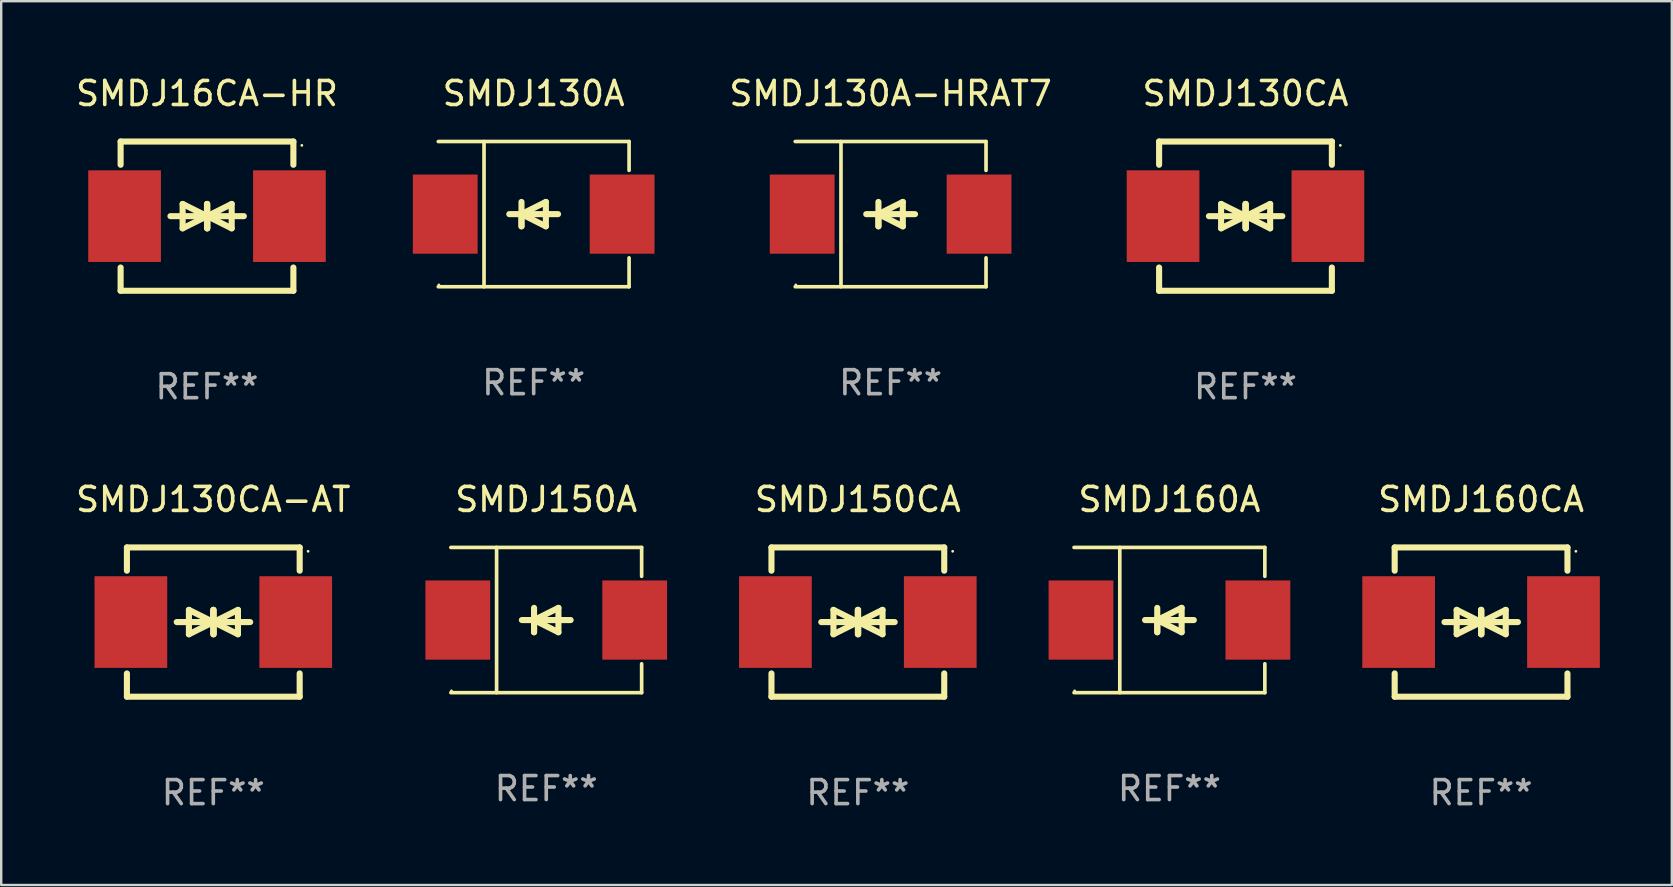
<source format=kicad_pcb>
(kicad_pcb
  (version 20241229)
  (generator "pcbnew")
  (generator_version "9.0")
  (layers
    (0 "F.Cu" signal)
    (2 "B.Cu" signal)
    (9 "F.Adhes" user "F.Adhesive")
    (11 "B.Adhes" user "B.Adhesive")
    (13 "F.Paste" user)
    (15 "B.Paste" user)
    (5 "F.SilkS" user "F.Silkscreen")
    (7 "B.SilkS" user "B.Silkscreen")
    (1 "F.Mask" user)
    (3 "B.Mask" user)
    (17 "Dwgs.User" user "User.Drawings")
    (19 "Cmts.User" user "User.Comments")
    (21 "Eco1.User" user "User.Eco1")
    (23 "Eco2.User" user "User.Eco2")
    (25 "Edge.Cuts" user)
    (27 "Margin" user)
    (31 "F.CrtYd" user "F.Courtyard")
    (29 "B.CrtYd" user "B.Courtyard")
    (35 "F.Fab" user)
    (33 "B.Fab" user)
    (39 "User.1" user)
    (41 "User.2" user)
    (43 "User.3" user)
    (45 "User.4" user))
  (footprint "SMDJ130CA-AT"
    (layer "F.Cu")
    (at 5.839 22.875)
    (property "Reference" "SMDJ130CA-AT" (at 0 -5.11 0) (layer "F.SilkS") (effects (font (size 1 1) (thickness 0.15))))
    (attr through_hole)
    (fp_line (start -3.6 -2.141) (end -3.6 -3.11) (stroke (width 0.254) (type solid)) (layer "F.SilkS"))
    (fp_line (start -3.6 3.11) (end -3.6 2.141) (stroke (width 0.254) (type solid)) (layer "F.SilkS"))
    (fp_line (start -1.524 0) (end 0.508 0) (stroke (width 0.254) (type solid)) (layer "F.SilkS"))
    (fp_line (start -1.016 -0.508) (end -1.016 0.508) (stroke (width 0.254) (type solid)) (layer "F.SilkS"))
    (fp_line (start -1.016 0.508) (end 0 0) (stroke (width 0.254) (type solid)) (layer "F.SilkS"))
    (fp_line (start 0 -0.508) (end 0 0.508) (stroke (width 0.254) (type solid)) (layer "F.SilkS"))
    (fp_line (start 0 0) (end -1.016 -0.508) (stroke (width 0.254) (type solid)) (layer "F.SilkS"))
    (fp_line (start 0 0) (end 0 -0.508) (stroke (width 0.254) (type solid)) (layer "F.SilkS"))
    (fp_line (start 0.012 0) (end 0.012 0.508) (stroke (width 0.254) (type solid)) (layer "F.SilkS"))
    (fp_line (start 0.012 0) (end 1.028 0.508) (stroke (width 0.254) (type solid)) (layer "F.SilkS"))
    (fp_line (start 0.012 0.508) (end 0.012 -0.508) (stroke (width 0.254) (type solid)) (layer "F.SilkS"))
    (fp_line (start 1.028 -0.508) (end 0.012 0) (stroke (width 0.254) (type solid)) (layer "F.SilkS"))
    (fp_line (start 1.028 0.508) (end 1.028 -0.508) (stroke (width 0.254) (type solid)) (layer "F.SilkS"))
    (fp_line (start 1.536 0) (end -0.496 0) (stroke (width 0.254) (type solid)) (layer "F.SilkS"))
    (fp_line (start 3.6 -3.11) (end -3.6 -3.11) (stroke (width 0.254) (type solid)) (layer "F.SilkS"))
    (fp_line (start 3.6 -2.141) (end 3.6 -3.11) (stroke (width 0.254) (type solid)) (layer "F.SilkS"))
    (fp_line (start 3.6 3.11) (end -3.6 3.11) (stroke (width 0.254) (type solid)) (layer "F.SilkS"))
    (fp_line (start 3.6 3.11) (end 3.6 2.141) (stroke (width 0.254) (type solid)) (layer "F.SilkS"))
    (fp_circle (center 3.952 -2.95) (end 3.982 -2.95) (stroke (width 0.06) (type solid)) (fill no) (layer "F.SilkS"))
    (fp_text user "REF**" (at 0 7.11 0) (layer "F.Fab") (effects (font (size 1 1) (thickness 0.15))))
    (pad "1" smd rect (at 3.435 0) (size 3.03 3.82) (layers "F.Cu" "F.Mask" "F.Paste"))
    (pad "2" smd rect (at -3.435 0) (size 3.03 3.82) (layers "F.Cu" "F.Mask" "F.Paste")))
  (footprint "SMDJ160A"
    (layer "F.Cu")
    (at 45.687 22.791)
    (property "Reference" "SMDJ160A" (at 0 -5.026 0) (layer "F.SilkS") (effects (font (size 1 1) (thickness 0.15))))
    (attr through_hole)
    (fp_line (start -3.976 -3.026) (end 3.976 -3.026) (stroke (width 0.152) (type solid)) (layer "F.SilkS"))
    (fp_line (start -3.976 3.026) (end 3.976 3.026) (stroke (width 0.152) (type solid)) (layer "F.SilkS"))
    (fp_line (start -2.069 -3.026) (end -2.069 3.026) (stroke (width 0.152) (type solid)) (layer "F.SilkS"))
    (fp_line (start -0.508 0) (end -0.508 0.508) (stroke (width 0.254) (type solid)) (layer "F.SilkS"))
    (fp_line (start -0.508 0) (end 0.508 0.508) (stroke (width 0.254) (type solid)) (layer "F.SilkS"))
    (fp_line (start -0.508 0.508) (end -0.508 -0.508) (stroke (width 0.254) (type solid)) (layer "F.SilkS"))
    (fp_line (start 0.508 -0.508) (end -0.508 0) (stroke (width 0.254) (type solid)) (layer "F.SilkS"))
    (fp_line (start 0.508 0.508) (end 0.508 -0.508) (stroke (width 0.254) (type solid)) (layer "F.SilkS"))
    (fp_line (start 1.016 0) (end -1.016 0) (stroke (width 0.254) (type solid)) (layer "F.SilkS"))
    (fp_line (start 3.976 -3.026) (end 3.976 -1.823) (stroke (width 0.152) (type solid)) (layer "F.SilkS"))
    (fp_line (start 3.976 3.026) (end 3.976 1.823) (stroke (width 0.152) (type solid)) (layer "F.SilkS"))
    (fp_circle (center -3.95 2.95) (end -3.92 2.95) (stroke (width 0.06) (type solid)) (fill no) (layer "F.SilkS"))
    (fp_text user "REF**" (at 0 7.026 0) (layer "F.Fab") (effects (font (size 1 1) (thickness 0.15))))
    (pad "1" smd rect (at -3.686 0) (size 2.7 3.3) (layers "F.Cu" "F.Mask" "F.Paste"))
    (pad "2" smd rect (at 3.686 0) (size 2.7 3.3) (layers "F.Cu" "F.Mask" "F.Paste")))
  (footprint "SMDJ130A-HRAT7"
    (layer "F.Cu")
    (at 34.067 5.874)
    (property "Reference" "SMDJ130A-HRAT7" (at 0 -5.026 0) (layer "F.SilkS") (effects (font (size 1 1) (thickness 0.15))))
    (attr through_hole)
    (fp_line (start -3.976 -3.026) (end 3.976 -3.026) (stroke (width 0.152) (type solid)) (layer "F.SilkS"))
    (fp_line (start -3.976 3.026) (end 3.976 3.026) (stroke (width 0.152) (type solid)) (layer "F.SilkS"))
    (fp_line (start -2.069 -3.026) (end -2.069 3.026) (stroke (width 0.152) (type solid)) (layer "F.SilkS"))
    (fp_line (start -0.508 0) (end -0.508 0.508) (stroke (width 0.254) (type solid)) (layer "F.SilkS"))
    (fp_line (start -0.508 0) (end 0.508 0.508) (stroke (width 0.254) (type solid)) (layer "F.SilkS"))
    (fp_line (start -0.508 0.508) (end -0.508 -0.508) (stroke (width 0.254) (type solid)) (layer "F.SilkS"))
    (fp_line (start 0.508 -0.508) (end -0.508 0) (stroke (width 0.254) (type solid)) (layer "F.SilkS"))
    (fp_line (start 0.508 0.508) (end 0.508 -0.508) (stroke (width 0.254) (type solid)) (layer "F.SilkS"))
    (fp_line (start 1.016 0) (end -1.016 0) (stroke (width 0.254) (type solid)) (layer "F.SilkS"))
    (fp_line (start 3.976 -3.026) (end 3.976 -1.823) (stroke (width 0.152) (type solid)) (layer "F.SilkS"))
    (fp_line (start 3.976 3.026) (end 3.976 1.823) (stroke (width 0.152) (type solid)) (layer "F.SilkS"))
    (fp_circle (center -3.95 2.95) (end -3.92 2.95) (stroke (width 0.06) (type solid)) (fill no) (layer "F.SilkS"))
    (fp_text user "REF**" (at 0 7.026 0) (layer "F.Fab") (effects (font (size 1 1) (thickness 0.15))))
    (pad "1" smd rect (at -3.686 0) (size 2.7 3.3) (layers "F.Cu" "F.Mask" "F.Paste"))
    (pad "2" smd rect (at 3.686 0) (size 2.7 3.3) (layers "F.Cu" "F.Mask" "F.Paste")))
  (footprint "SMDJ160CA"
    (layer "F.Cu")
    (at 58.674 22.875)
    (property "Reference" "SMDJ160CA" (at 0 -5.11 0) (layer "F.SilkS") (effects (font (size 1 1) (thickness 0.15))))
    (attr through_hole)
    (fp_line (start -3.6 -2.141) (end -3.6 -3.11) (stroke (width 0.254) (type solid)) (layer "F.SilkS"))
    (fp_line (start -3.6 3.11) (end -3.6 2.141) (stroke (width 0.254) (type solid)) (layer "F.SilkS"))
    (fp_line (start -1.524 0) (end 0.508 0) (stroke (width 0.254) (type solid)) (layer "F.SilkS"))
    (fp_line (start -1.016 -0.508) (end -1.016 0.508) (stroke (width 0.254) (type solid)) (layer "F.SilkS"))
    (fp_line (start -1.016 0.508) (end 0 0) (stroke (width 0.254) (type solid)) (layer "F.SilkS"))
    (fp_line (start 0 -0.508) (end 0 0.508) (stroke (width 0.254) (type solid)) (layer "F.SilkS"))
    (fp_line (start 0 0) (end -1.016 -0.508) (stroke (width 0.254) (type solid)) (layer "F.SilkS"))
    (fp_line (start 0 0) (end 0 -0.508) (stroke (width 0.254) (type solid)) (layer "F.SilkS"))
    (fp_line (start 0.012 0) (end 0.012 0.508) (stroke (width 0.254) (type solid)) (layer "F.SilkS"))
    (fp_line (start 0.012 0) (end 1.028 0.508) (stroke (width 0.254) (type solid)) (layer "F.SilkS"))
    (fp_line (start 0.012 0.508) (end 0.012 -0.508) (stroke (width 0.254) (type solid)) (layer "F.SilkS"))
    (fp_line (start 1.028 -0.508) (end 0.012 0) (stroke (width 0.254) (type solid)) (layer "F.SilkS"))
    (fp_line (start 1.028 0.508) (end 1.028 -0.508) (stroke (width 0.254) (type solid)) (layer "F.SilkS"))
    (fp_line (start 1.536 0) (end -0.496 0) (stroke (width 0.254) (type solid)) (layer "F.SilkS"))
    (fp_line (start 3.6 -3.11) (end -3.6 -3.11) (stroke (width 0.254) (type solid)) (layer "F.SilkS"))
    (fp_line (start 3.6 -2.141) (end 3.6 -3.11) (stroke (width 0.254) (type solid)) (layer "F.SilkS"))
    (fp_line (start 3.6 3.11) (end -3.6 3.11) (stroke (width 0.254) (type solid)) (layer "F.SilkS"))
    (fp_line (start 3.6 3.11) (end 3.6 2.141) (stroke (width 0.254) (type solid)) (layer "F.SilkS"))
    (fp_circle (center 3.952 -2.95) (end 3.982 -2.95) (stroke (width 0.06) (type solid)) (fill no) (layer "F.SilkS"))
    (fp_text user "REF**" (at 0 7.11 0) (layer "F.Fab") (effects (font (size 1 1) (thickness 0.15))))
    (pad "1" smd rect (at 3.435 0) (size 3.03 3.82) (layers "F.Cu" "F.Mask" "F.Paste"))
    (pad "2" smd rect (at -3.435 0) (size 3.03 3.82) (layers "F.Cu" "F.Mask" "F.Paste")))
  (footprint "SMDJ130CA"
    (layer "F.Cu")
    (at 48.856 5.958)
    (property "Reference" "SMDJ130CA" (at 0 -5.11 0) (layer "F.SilkS") (effects (font (size 1 1) (thickness 0.15))))
    (attr through_hole)
    (fp_line (start -3.6 -2.141) (end -3.6 -3.11) (stroke (width 0.254) (type solid)) (layer "F.SilkS"))
    (fp_line (start -3.6 3.11) (end -3.6 2.141) (stroke (width 0.254) (type solid)) (layer "F.SilkS"))
    (fp_line (start -1.524 0) (end 0.508 0) (stroke (width 0.254) (type solid)) (layer "F.SilkS"))
    (fp_line (start -1.016 -0.508) (end -1.016 0.508) (stroke (width 0.254) (type solid)) (layer "F.SilkS"))
    (fp_line (start -1.016 0.508) (end 0 0) (stroke (width 0.254) (type solid)) (layer "F.SilkS"))
    (fp_line (start 0 -0.508) (end 0 0.508) (stroke (width 0.254) (type solid)) (layer "F.SilkS"))
    (fp_line (start 0 0) (end -1.016 -0.508) (stroke (width 0.254) (type solid)) (layer "F.SilkS"))
    (fp_line (start 0 0) (end 0 -0.508) (stroke (width 0.254) (type solid)) (layer "F.SilkS"))
    (fp_line (start 0.012 0) (end 0.012 0.508) (stroke (width 0.254) (type solid)) (layer "F.SilkS"))
    (fp_line (start 0.012 0) (end 1.028 0.508) (stroke (width 0.254) (type solid)) (layer "F.SilkS"))
    (fp_line (start 0.012 0.508) (end 0.012 -0.508) (stroke (width 0.254) (type solid)) (layer "F.SilkS"))
    (fp_line (start 1.028 -0.508) (end 0.012 0) (stroke (width 0.254) (type solid)) (layer "F.SilkS"))
    (fp_line (start 1.028 0.508) (end 1.028 -0.508) (stroke (width 0.254) (type solid)) (layer "F.SilkS"))
    (fp_line (start 1.536 0) (end -0.496 0) (stroke (width 0.254) (type solid)) (layer "F.SilkS"))
    (fp_line (start 3.6 -3.11) (end -3.6 -3.11) (stroke (width 0.254) (type solid)) (layer "F.SilkS"))
    (fp_line (start 3.6 -2.141) (end 3.6 -3.11) (stroke (width 0.254) (type solid)) (layer "F.SilkS"))
    (fp_line (start 3.6 3.11) (end -3.6 3.11) (stroke (width 0.254) (type solid)) (layer "F.SilkS"))
    (fp_line (start 3.6 3.11) (end 3.6 2.141) (stroke (width 0.254) (type solid)) (layer "F.SilkS"))
    (fp_circle (center 3.952 -2.95) (end 3.982 -2.95) (stroke (width 0.06) (type solid)) (fill no) (layer "F.SilkS"))
    (fp_text user "REF**" (at 0 7.11 0) (layer "F.Fab") (effects (font (size 1 1) (thickness 0.15))))
    (pad "1" smd rect (at 3.435 0) (size 3.03 3.82) (layers "F.Cu" "F.Mask" "F.Paste"))
    (pad "2" smd rect (at -3.435 0) (size 3.03 3.82) (layers "F.Cu" "F.Mask" "F.Paste")))
  (footprint "SMDJ16CA-HR"
    (layer "F.Cu")
    (at 5.577 5.958)
    (property "Reference" "SMDJ16CA-HR" (at 0 -5.11 0) (layer "F.SilkS") (effects (font (size 1 1) (thickness 0.15))))
    (attr through_hole)
    (fp_line (start -3.6 -2.141) (end -3.6 -3.11) (stroke (width 0.254) (type solid)) (layer "F.SilkS"))
    (fp_line (start -3.6 3.11) (end -3.6 2.141) (stroke (width 0.254) (type solid)) (layer "F.SilkS"))
    (fp_line (start -1.524 0) (end 0.508 0) (stroke (width 0.254) (type solid)) (layer "F.SilkS"))
    (fp_line (start -1.016 -0.508) (end -1.016 0.508) (stroke (width 0.254) (type solid)) (layer "F.SilkS"))
    (fp_line (start -1.016 0.508) (end 0 0) (stroke (width 0.254) (type solid)) (layer "F.SilkS"))
    (fp_line (start 0 -0.508) (end 0 0.508) (stroke (width 0.254) (type solid)) (layer "F.SilkS"))
    (fp_line (start 0 0) (end -1.016 -0.508) (stroke (width 0.254) (type solid)) (layer "F.SilkS"))
    (fp_line (start 0 0) (end 0 -0.508) (stroke (width 0.254) (type solid)) (layer "F.SilkS"))
    (fp_line (start 0.012 0) (end 0.012 0.508) (stroke (width 0.254) (type solid)) (layer "F.SilkS"))
    (fp_line (start 0.012 0) (end 1.028 0.508) (stroke (width 0.254) (type solid)) (layer "F.SilkS"))
    (fp_line (start 0.012 0.508) (end 0.012 -0.508) (stroke (width 0.254) (type solid)) (layer "F.SilkS"))
    (fp_line (start 1.028 -0.508) (end 0.012 0) (stroke (width 0.254) (type solid)) (layer "F.SilkS"))
    (fp_line (start 1.028 0.508) (end 1.028 -0.508) (stroke (width 0.254) (type solid)) (layer "F.SilkS"))
    (fp_line (start 1.536 0) (end -0.496 0) (stroke (width 0.254) (type solid)) (layer "F.SilkS"))
    (fp_line (start 3.6 -3.11) (end -3.6 -3.11) (stroke (width 0.254) (type solid)) (layer "F.SilkS"))
    (fp_line (start 3.6 -2.141) (end 3.6 -3.11) (stroke (width 0.254) (type solid)) (layer "F.SilkS"))
    (fp_line (start 3.6 3.11) (end -3.6 3.11) (stroke (width 0.254) (type solid)) (layer "F.SilkS"))
    (fp_line (start 3.6 3.11) (end 3.6 2.141) (stroke (width 0.254) (type solid)) (layer "F.SilkS"))
    (fp_circle (center 3.952 -2.95) (end 3.982 -2.95) (stroke (width 0.06) (type solid)) (fill no) (layer "F.SilkS"))
    (fp_text user "REF**" (at 0 7.11 0) (layer "F.Fab") (effects (font (size 1 1) (thickness 0.15))))
    (pad "1" smd rect (at 3.435 0) (size 3.03 3.82) (layers "F.Cu" "F.Mask" "F.Paste"))
    (pad "2" smd rect (at -3.435 0) (size 3.03 3.82) (layers "F.Cu" "F.Mask" "F.Paste")))
  (footprint "SMDJ150A"
    (layer "F.Cu")
    (at 19.715 22.791)
    (property "Reference" "SMDJ150A" (at 0 -5.026 0) (layer "F.SilkS") (effects (font (size 1 1) (thickness 0.15))))
    (attr through_hole)
    (fp_line (start -3.976 -3.026) (end 3.976 -3.026) (stroke (width 0.152) (type solid)) (layer "F.SilkS"))
    (fp_line (start -3.976 3.026) (end 3.976 3.026) (stroke (width 0.152) (type solid)) (layer "F.SilkS"))
    (fp_line (start -2.069 -3.026) (end -2.069 3.026) (stroke (width 0.152) (type solid)) (layer "F.SilkS"))
    (fp_line (start -0.508 0) (end -0.508 0.508) (stroke (width 0.254) (type solid)) (layer "F.SilkS"))
    (fp_line (start -0.508 0) (end 0.508 0.508) (stroke (width 0.254) (type solid)) (layer "F.SilkS"))
    (fp_line (start -0.508 0.508) (end -0.508 -0.508) (stroke (width 0.254) (type solid)) (layer "F.SilkS"))
    (fp_line (start 0.508 -0.508) (end -0.508 0) (stroke (width 0.254) (type solid)) (layer "F.SilkS"))
    (fp_line (start 0.508 0.508) (end 0.508 -0.508) (stroke (width 0.254) (type solid)) (layer "F.SilkS"))
    (fp_line (start 1.016 0) (end -1.016 0) (stroke (width 0.254) (type solid)) (layer "F.SilkS"))
    (fp_line (start 3.976 -3.026) (end 3.976 -1.823) (stroke (width 0.152) (type solid)) (layer "F.SilkS"))
    (fp_line (start 3.976 3.026) (end 3.976 1.823) (stroke (width 0.152) (type solid)) (layer "F.SilkS"))
    (fp_circle (center -3.95 2.95) (end -3.92 2.95) (stroke (width 0.06) (type solid)) (fill no) (layer "F.SilkS"))
    (fp_text user "REF**" (at 0 7.026 0) (layer "F.Fab") (effects (font (size 1 1) (thickness 0.15))))
    (pad "1" smd rect (at -3.686 0) (size 2.7 3.3) (layers "F.Cu" "F.Mask" "F.Paste"))
    (pad "2" smd rect (at 3.686 0) (size 2.7 3.3) (layers "F.Cu" "F.Mask" "F.Paste")))
  (footprint "SMDJ150CA"
    (layer "F.Cu")
    (at 32.701 22.875)
    (property "Reference" "SMDJ150CA" (at 0 -5.11 0) (layer "F.SilkS") (effects (font (size 1 1) (thickness 0.15))))
    (attr through_hole)
    (fp_line (start -3.6 -2.141) (end -3.6 -3.11) (stroke (width 0.254) (type solid)) (layer "F.SilkS"))
    (fp_line (start -3.6 3.11) (end -3.6 2.141) (stroke (width 0.254) (type solid)) (layer "F.SilkS"))
    (fp_line (start -1.524 0) (end 0.508 0) (stroke (width 0.254) (type solid)) (layer "F.SilkS"))
    (fp_line (start -1.016 -0.508) (end -1.016 0.508) (stroke (width 0.254) (type solid)) (layer "F.SilkS"))
    (fp_line (start -1.016 0.508) (end 0 0) (stroke (width 0.254) (type solid)) (layer "F.SilkS"))
    (fp_line (start 0 -0.508) (end 0 0.508) (stroke (width 0.254) (type solid)) (layer "F.SilkS"))
    (fp_line (start 0 0) (end -1.016 -0.508) (stroke (width 0.254) (type solid)) (layer "F.SilkS"))
    (fp_line (start 0 0) (end 0 -0.508) (stroke (width 0.254) (type solid)) (layer "F.SilkS"))
    (fp_line (start 0.012 0) (end 0.012 0.508) (stroke (width 0.254) (type solid)) (layer "F.SilkS"))
    (fp_line (start 0.012 0) (end 1.028 0.508) (stroke (width 0.254) (type solid)) (layer "F.SilkS"))
    (fp_line (start 0.012 0.508) (end 0.012 -0.508) (stroke (width 0.254) (type solid)) (layer "F.SilkS"))
    (fp_line (start 1.028 -0.508) (end 0.012 0) (stroke (width 0.254) (type solid)) (layer "F.SilkS"))
    (fp_line (start 1.028 0.508) (end 1.028 -0.508) (stroke (width 0.254) (type solid)) (layer "F.SilkS"))
    (fp_line (start 1.536 0) (end -0.496 0) (stroke (width 0.254) (type solid)) (layer "F.SilkS"))
    (fp_line (start 3.6 -3.11) (end -3.6 -3.11) (stroke (width 0.254) (type solid)) (layer "F.SilkS"))
    (fp_line (start 3.6 -2.141) (end 3.6 -3.11) (stroke (width 0.254) (type solid)) (layer "F.SilkS"))
    (fp_line (start 3.6 3.11) (end -3.6 3.11) (stroke (width 0.254) (type solid)) (layer "F.SilkS"))
    (fp_line (start 3.6 3.11) (end 3.6 2.141) (stroke (width 0.254) (type solid)) (layer "F.SilkS"))
    (fp_circle (center 3.952 -2.95) (end 3.982 -2.95) (stroke (width 0.06) (type solid)) (fill no) (layer "F.SilkS"))
    (fp_text user "REF**" (at 0 7.11 0) (layer "F.Fab") (effects (font (size 1 1) (thickness 0.15))))
    (pad "1" smd rect (at 3.435 0) (size 3.03 3.82) (layers "F.Cu" "F.Mask" "F.Paste"))
    (pad "2" smd rect (at -3.435 0) (size 3.03 3.82) (layers "F.Cu" "F.Mask" "F.Paste")))
  (footprint "SMDJ130A"
    (layer "F.Cu")
    (at 19.191 5.874)
    (property "Reference" "SMDJ130A" (at 0 -5.026 0) (layer "F.SilkS") (effects (font (size 1 1) (thickness 0.15))))
    (attr through_hole)
    (fp_line (start -3.976 -3.026) (end 3.976 -3.026) (stroke (width 0.152) (type solid)) (layer "F.SilkS"))
    (fp_line (start -3.976 3.026) (end 3.976 3.026) (stroke (width 0.152) (type solid)) (layer "F.SilkS"))
    (fp_line (start -2.069 -3.026) (end -2.069 3.026) (stroke (width 0.152) (type solid)) (layer "F.SilkS"))
    (fp_line (start -0.508 0) (end -0.508 0.508) (stroke (width 0.254) (type solid)) (layer "F.SilkS"))
    (fp_line (start -0.508 0) (end 0.508 0.508) (stroke (width 0.254) (type solid)) (layer "F.SilkS"))
    (fp_line (start -0.508 0.508) (end -0.508 -0.508) (stroke (width 0.254) (type solid)) (layer "F.SilkS"))
    (fp_line (start 0.508 -0.508) (end -0.508 0) (stroke (width 0.254) (type solid)) (layer "F.SilkS"))
    (fp_line (start 0.508 0.508) (end 0.508 -0.508) (stroke (width 0.254) (type solid)) (layer "F.SilkS"))
    (fp_line (start 1.016 0) (end -1.016 0) (stroke (width 0.254) (type solid)) (layer "F.SilkS"))
    (fp_line (start 3.976 -3.026) (end 3.976 -1.823) (stroke (width 0.152) (type solid)) (layer "F.SilkS"))
    (fp_line (start 3.976 3.026) (end 3.976 1.823) (stroke (width 0.152) (type solid)) (layer "F.SilkS"))
    (fp_circle (center -3.95 2.95) (end -3.92 2.95) (stroke (width 0.06) (type solid)) (fill no) (layer "F.SilkS"))
    (fp_text user "REF**" (at 0 7.026 0) (layer "F.Fab") (effects (font (size 1 1) (thickness 0.15))))
    (pad "1" smd rect (at -3.686 0) (size 2.7 3.3) (layers "F.Cu" "F.Mask" "F.Paste"))
    (pad "2" smd rect (at 3.686 0) (size 2.7 3.3) (layers "F.Cu" "F.Mask" "F.Paste")))
  (gr_rect
    (start -3 -3)
    (end 66.624 33.833)
    (stroke (width 0.1) (type default))
    (fill no)
    (layer "Edge.Cuts")))
</source>
